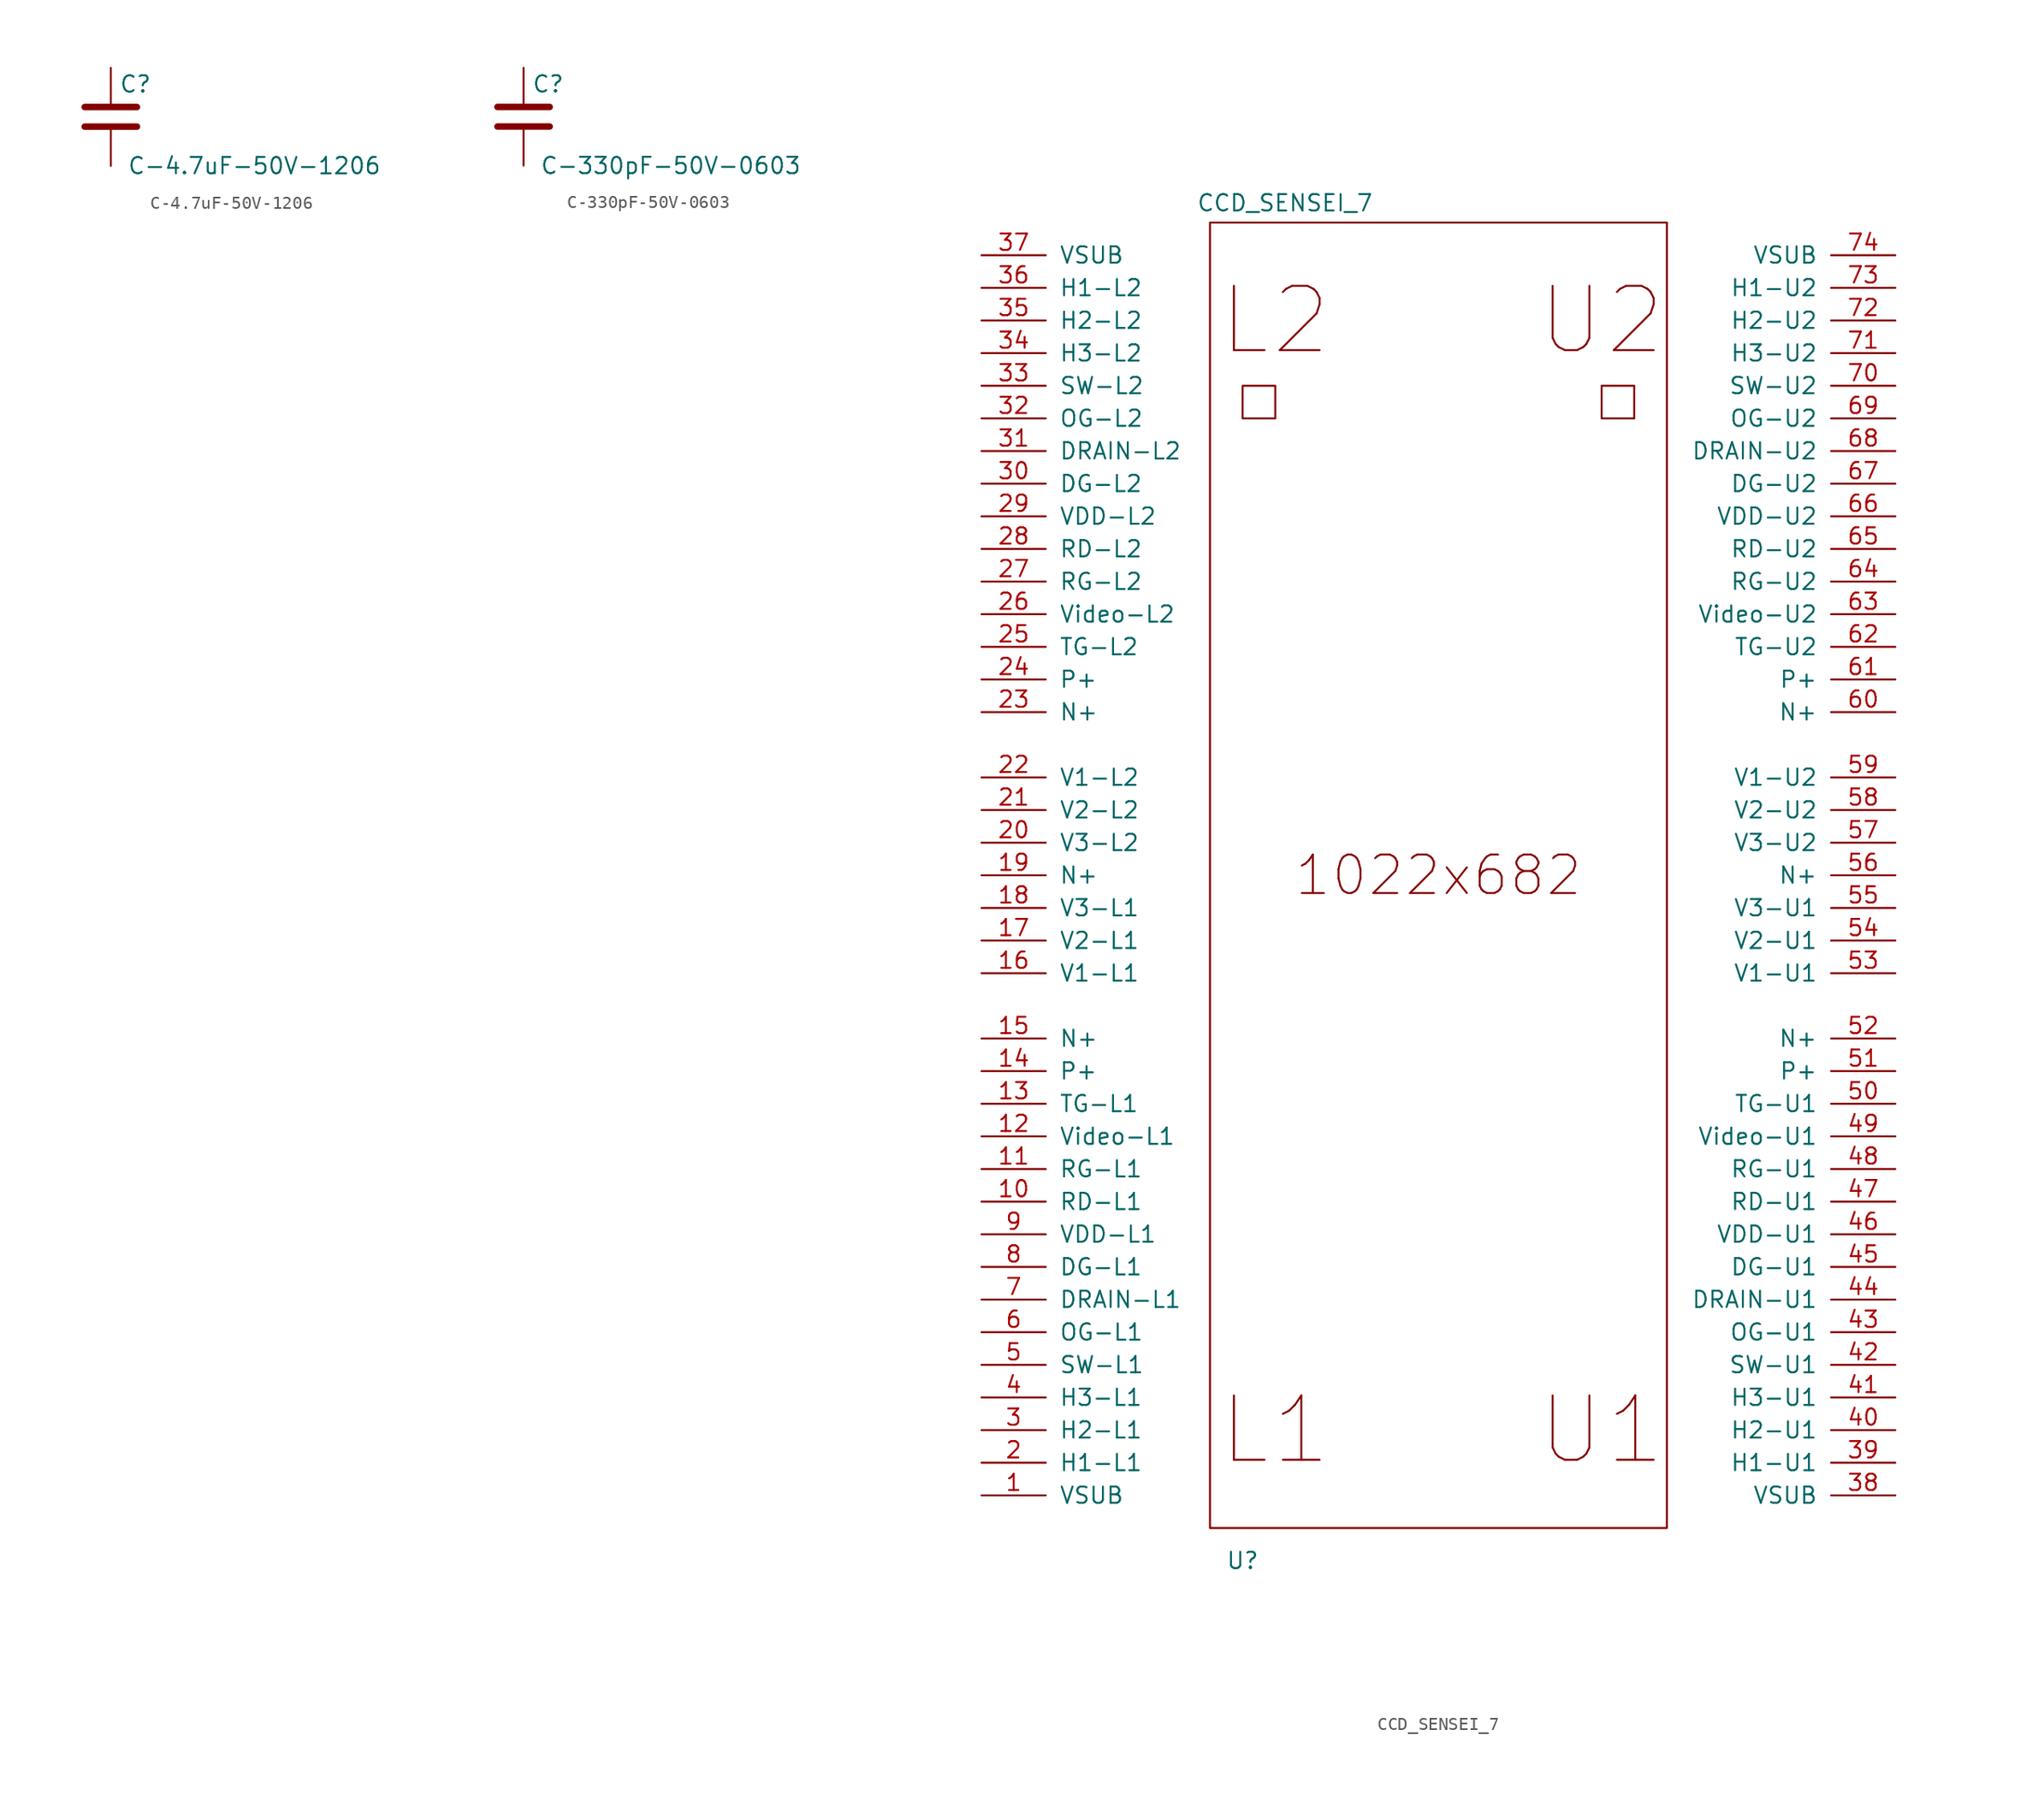
<source format=kicad_sym>
(kicad_symbol_lib
  (version 20211014)
  (generator kicad_symbol_editor)
  (symbol "C-4.7uF-50V-1206"
    (pin_numbers hide)
    (pin_names
      (offset 0.254))
    (property "Reference" "C"
      (at 0.635 2.54 0)
      (effects (font (size 1.27 1.27)) (justify left)))
    (property "Value" "C-4.7uF-50V-1206"
      (at 1.27 -3.81 0)
      (effects (font (size 1.27 1.27)) (justify left)))
    (symbol "C-4.7uF-50V-1206_0_1"
      (polyline (pts (xy -2.032 -0.762) (xy 2.032 -0.762)) (stroke (width 0.508) (type default) (color 0 0 0 0)) (fill (type none)))
      (polyline (pts (xy -2.032 0.762) (xy 2.032 0.762)) (stroke (width 0.508) (type default) (color 0 0 0 0)) (fill (type none))))
    (symbol "C-4.7uF-50V-1206_1_1"
      (pin passive line (at 0 3.81 270) (length 2.794) (name "~" (effects (font (size 1.27 1.27)))) (number "1" (effects (font (size 1.27 1.27)))))
      (pin passive line (at 0 -3.81 90) (length 2.794) (name "~" (effects (font (size 1.27 1.27)))) (number "2" (effects (font (size 1.27 1.27)))))))
  (symbol "C-330pF-50V-0603"
    (pin_numbers hide)
    (pin_names
      (offset 0.254))
    (property "Reference" "C"
      (at 0.635 2.54 0)
      (effects (font (size 1.27 1.27)) (justify left)))
    (property "Value" "C-330pF-50V-0603"
      (at 1.27 -3.81 0)
      (effects (font (size 1.27 1.27)) (justify left)))
    (symbol "C-330pF-50V-0603_0_1"
      (polyline (pts (xy -2.032 -0.762) (xy 2.032 -0.762)) (stroke (width 0.508) (type default) (color 0 0 0 0)) (fill (type none)))
      (polyline (pts (xy -2.032 0.762) (xy 2.032 0.762)) (stroke (width 0.508) (type default) (color 0 0 0 0)) (fill (type none))))
    (symbol "C-330pF-50V-0603_1_1"
      (pin passive line (at 0 3.81 270) (length 2.794) (name "~" (effects (font (size 1.27 1.27)))) (number "1" (effects (font (size 1.27 1.27)))))
      (pin passive line (at 0 -3.81 90) (length 2.794) (name "~" (effects (font (size 1.27 1.27)))) (number "2" (effects (font (size 1.27 1.27)))))))
  (symbol "CCD_SENSEI_7"
    (pin_names
      (offset 1.016))
    (property "Reference" "U"
      (at -15.24 -53.34 0)
      (effects (font (size 1.27 1.27))))
    (property "Value" "CCD_SENSEI_7"
      (at -11.938 52.324 0)
      (effects (font (size 1.27 1.27))))
    (symbol "CCD_SENSEI_7_0_0"
      (text "1022x682" (at 0 0 0) (effects (font (size 2.997 2.997))))
      (text "L1" (at -12.7 -43.18 0) (effects (font (size 5.004 5.004))))
      (text "L2" (at -12.7 43.18 0) (effects (font (size 5.004 5.004))))
      (text "U1" (at 12.7 -43.18 0) (effects (font (size 5.004 5.004))))
      (text "U2" (at 12.7 43.18 0) (effects (font (size 5.004 5.004)))))
    (symbol "CCD_SENSEI_7_0_1"
      (rectangle (start -17.78 50.8) (end 17.78 -50.8) (stroke (width 0) (type default) (color 0 0 0 0)) (fill (type none)))
      (rectangle (start -15.24 38.1) (end -12.7 35.56) (stroke (width 0) (type default) (color 0 0 0 0)) (fill (type none)))
      (rectangle (start 12.7 38.1) (end 15.24 35.56) (stroke (width 0) (type default) (color 0 0 0 0)) (fill (type none))))
    (symbol "CCD_SENSEI_7_1_1"
      (pin input line (at -35.56 -48.26 0) (length 5.004) (name "VSUB" (effects (font (size 1.27 1.27)))) (number "1" (effects (font (size 1.27 1.27)))))
      (pin input line (at -35.56 -25.4 0) (length 5.004) (name "RD-L1" (effects (font (size 1.27 1.27)))) (number "10" (effects (font (size 1.27 1.27)))))
      (pin input line (at -35.56 -22.86 0) (length 5.004) (name "RG-L1" (effects (font (size 1.27 1.27)))) (number "11" (effects (font (size 1.27 1.27)))))
      (pin input line (at -35.56 -20.32 0) (length 5.004) (name "Video-L1" (effects (font (size 1.27 1.27)))) (number "12" (effects (font (size 1.27 1.27)))))
      (pin input line (at -35.56 -17.78 0) (length 5.004) (name "TG-L1" (effects (font (size 1.27 1.27)))) (number "13" (effects (font (size 1.27 1.27)))))
      (pin input line (at -35.56 -15.24 0) (length 5.004) (name "P+" (effects (font (size 1.27 1.27)))) (number "14" (effects (font (size 1.27 1.27)))))
      (pin input line (at -35.56 -12.7 0) (length 5.004) (name "N+" (effects (font (size 1.27 1.27)))) (number "15" (effects (font (size 1.27 1.27)))))
      (pin input line (at -35.56 -7.62 0) (length 5.004) (name "V1-L1" (effects (font (size 1.27 1.27)))) (number "16" (effects (font (size 1.27 1.27)))))
      (pin input line (at -35.56 -5.08 0) (length 5.004) (name "V2-L1" (effects (font (size 1.27 1.27)))) (number "17" (effects (font (size 1.27 1.27)))))
      (pin input line (at -35.56 -2.54 0) (length 5.004) (name "V3-L1" (effects (font (size 1.27 1.27)))) (number "18" (effects (font (size 1.27 1.27)))))
      (pin input line (at -35.56 0 0) (length 5.004) (name "N+" (effects (font (size 1.27 1.27)))) (number "19" (effects (font (size 1.27 1.27)))))
      (pin input line (at -35.56 -45.72 0) (length 5.004) (name "H1-L1" (effects (font (size 1.27 1.27)))) (number "2" (effects (font (size 1.27 1.27)))))
      (pin input line (at -35.56 2.54 0) (length 5.004) (name "V3-L2" (effects (font (size 1.27 1.27)))) (number "20" (effects (font (size 1.27 1.27)))))
      (pin input line (at -35.56 5.08 0) (length 5.004) (name "V2-L2" (effects (font (size 1.27 1.27)))) (number "21" (effects (font (size 1.27 1.27)))))
      (pin input line (at -35.56 7.62 0) (length 5.004) (name "V1-L2" (effects (font (size 1.27 1.27)))) (number "22" (effects (font (size 1.27 1.27)))))
      (pin input line (at -35.56 12.7 0) (length 5.004) (name "N+" (effects (font (size 1.27 1.27)))) (number "23" (effects (font (size 1.27 1.27)))))
      (pin input line (at -35.56 15.24 0) (length 5.004) (name "P+" (effects (font (size 1.27 1.27)))) (number "24" (effects (font (size 1.27 1.27)))))
      (pin input line (at -35.56 17.78 0) (length 5.004) (name "TG-L2" (effects (font (size 1.27 1.27)))) (number "25" (effects (font (size 1.27 1.27)))))
      (pin input line (at -35.56 20.32 0) (length 5.004) (name "Video-L2" (effects (font (size 1.27 1.27)))) (number "26" (effects (font (size 1.27 1.27)))))
      (pin input line (at -35.56 22.86 0) (length 5.004) (name "RG-L2" (effects (font (size 1.27 1.27)))) (number "27" (effects (font (size 1.27 1.27)))))
      (pin input line (at -35.56 25.4 0) (length 5.004) (name "RD-L2" (effects (font (size 1.27 1.27)))) (number "28" (effects (font (size 1.27 1.27)))))
      (pin input line (at -35.56 27.94 0) (length 5.004) (name "VDD-L2" (effects (font (size 1.27 1.27)))) (number "29" (effects (font (size 1.27 1.27)))))
      (pin input line (at -35.56 -43.18 0) (length 5.004) (name "H2-L1" (effects (font (size 1.27 1.27)))) (number "3" (effects (font (size 1.27 1.27)))))
      (pin input line (at -35.56 30.48 0) (length 5.004) (name "DG-L2" (effects (font (size 1.27 1.27)))) (number "30" (effects (font (size 1.27 1.27)))))
      (pin input line (at -35.56 33.02 0) (length 5.004) (name "DRAIN-L2" (effects (font (size 1.27 1.27)))) (number "31" (effects (font (size 1.27 1.27)))))
      (pin input line (at -35.56 35.56 0) (length 5.004) (name "OG-L2" (effects (font (size 1.27 1.27)))) (number "32" (effects (font (size 1.27 1.27)))))
      (pin input line (at -35.56 38.1 0) (length 5.004) (name "SW-L2" (effects (font (size 1.27 1.27)))) (number "33" (effects (font (size 1.27 1.27)))))
      (pin input line (at -35.56 40.64 0) (length 5.004) (name "H3-L2" (effects (font (size 1.27 1.27)))) (number "34" (effects (font (size 1.27 1.27)))))
      (pin input line (at -35.56 43.18 0) (length 5.004) (name "H2-L2" (effects (font (size 1.27 1.27)))) (number "35" (effects (font (size 1.27 1.27)))))
      (pin input line (at -35.56 45.72 0) (length 5.004) (name "H1-L2" (effects (font (size 1.27 1.27)))) (number "36" (effects (font (size 1.27 1.27)))))
      (pin input line (at -35.56 48.26 0) (length 5.004) (name "VSUB" (effects (font (size 1.27 1.27)))) (number "37" (effects (font (size 1.27 1.27)))))
      (pin input line (at 35.56 -48.26 180) (length 5.004) (name "VSUB" (effects (font (size 1.27 1.27)))) (number "38" (effects (font (size 1.27 1.27)))))
      (pin input line (at 35.56 -45.72 180) (length 5.004) (name "H1-U1" (effects (font (size 1.27 1.27)))) (number "39" (effects (font (size 1.27 1.27)))))
      (pin input line (at -35.56 -40.64 0) (length 5.004) (name "H3-L1" (effects (font (size 1.27 1.27)))) (number "4" (effects (font (size 1.27 1.27)))))
      (pin input line (at 35.56 -43.18 180) (length 5.004) (name "H2-U1" (effects (font (size 1.27 1.27)))) (number "40" (effects (font (size 1.27 1.27)))))
      (pin input line (at 35.56 -40.64 180) (length 5.004) (name "H3-U1" (effects (font (size 1.27 1.27)))) (number "41" (effects (font (size 1.27 1.27)))))
      (pin input line (at 35.56 -38.1 180) (length 5.004) (name "SW-U1" (effects (font (size 1.27 1.27)))) (number "42" (effects (font (size 1.27 1.27)))))
      (pin input line (at 35.56 -35.56 180) (length 5.004) (name "OG-U1" (effects (font (size 1.27 1.27)))) (number "43" (effects (font (size 1.27 1.27)))))
      (pin input line (at 35.56 -33.02 180) (length 5.004) (name "DRAIN-U1" (effects (font (size 1.27 1.27)))) (number "44" (effects (font (size 1.27 1.27)))))
      (pin input line (at 35.56 -30.48 180) (length 5.004) (name "DG-U1" (effects (font (size 1.27 1.27)))) (number "45" (effects (font (size 1.27 1.27)))))
      (pin input line (at 35.56 -27.94 180) (length 5.004) (name "VDD-U1" (effects (font (size 1.27 1.27)))) (number "46" (effects (font (size 1.27 1.27)))))
      (pin input line (at 35.56 -25.4 180) (length 5.004) (name "RD-U1" (effects (font (size 1.27 1.27)))) (number "47" (effects (font (size 1.27 1.27)))))
      (pin input line (at 35.56 -22.86 180) (length 5.004) (name "RG-U1" (effects (font (size 1.27 1.27)))) (number "48" (effects (font (size 1.27 1.27)))))
      (pin input line (at 35.56 -20.32 180) (length 5.004) (name "Video-U1" (effects (font (size 1.27 1.27)))) (number "49" (effects (font (size 1.27 1.27)))))
      (pin input line (at -35.56 -38.1 0) (length 5.004) (name "SW-L1" (effects (font (size 1.27 1.27)))) (number "5" (effects (font (size 1.27 1.27)))))
      (pin input line (at 35.56 -17.78 180) (length 5.004) (name "TG-U1" (effects (font (size 1.27 1.27)))) (number "50" (effects (font (size 1.27 1.27)))))
      (pin input line (at 35.56 -15.24 180) (length 5.004) (name "P+" (effects (font (size 1.27 1.27)))) (number "51" (effects (font (size 1.27 1.27)))))
      (pin input line (at 35.56 -12.7 180) (length 5.004) (name "N+" (effects (font (size 1.27 1.27)))) (number "52" (effects (font (size 1.27 1.27)))))
      (pin input line (at 35.56 -7.62 180) (length 5.004) (name "V1-U1" (effects (font (size 1.27 1.27)))) (number "53" (effects (font (size 1.27 1.27)))))
      (pin input line (at 35.56 -5.08 180) (length 5.004) (name "V2-U1" (effects (font (size 1.27 1.27)))) (number "54" (effects (font (size 1.27 1.27)))))
      (pin input line (at 35.56 -2.54 180) (length 5.004) (name "V3-U1" (effects (font (size 1.27 1.27)))) (number "55" (effects (font (size 1.27 1.27)))))
      (pin input line (at 35.56 0 180) (length 5.004) (name "N+" (effects (font (size 1.27 1.27)))) (number "56" (effects (font (size 1.27 1.27)))))
      (pin input line (at 35.56 2.54 180) (length 5.004) (name "V3-U2" (effects (font (size 1.27 1.27)))) (number "57" (effects (font (size 1.27 1.27)))))
      (pin input line (at 35.56 5.08 180) (length 5.004) (name "V2-U2" (effects (font (size 1.27 1.27)))) (number "58" (effects (font (size 1.27 1.27)))))
      (pin input line (at 35.56 7.62 180) (length 5.004) (name "V1-U2" (effects (font (size 1.27 1.27)))) (number "59" (effects (font (size 1.27 1.27)))))
      (pin input line (at -35.56 -35.56 0) (length 5.004) (name "OG-L1" (effects (font (size 1.27 1.27)))) (number "6" (effects (font (size 1.27 1.27)))))
      (pin input line (at 35.56 12.7 180) (length 5.004) (name "N+" (effects (font (size 1.27 1.27)))) (number "60" (effects (font (size 1.27 1.27)))))
      (pin input line (at 35.56 15.24 180) (length 5.004) (name "P+" (effects (font (size 1.27 1.27)))) (number "61" (effects (font (size 1.27 1.27)))))
      (pin input line (at 35.56 17.78 180) (length 5.004) (name "TG-U2" (effects (font (size 1.27 1.27)))) (number "62" (effects (font (size 1.27 1.27)))))
      (pin input line (at 35.56 20.32 180) (length 5.004) (name "Video-U2" (effects (font (size 1.27 1.27)))) (number "63" (effects (font (size 1.27 1.27)))))
      (pin input line (at 35.56 22.86 180) (length 5.004) (name "RG-U2" (effects (font (size 1.27 1.27)))) (number "64" (effects (font (size 1.27 1.27)))))
      (pin input line (at 35.56 25.4 180) (length 5.004) (name "RD-U2" (effects (font (size 1.27 1.27)))) (number "65" (effects (font (size 1.27 1.27)))))
      (pin input line (at 35.56 27.94 180) (length 5.004) (name "VDD-U2" (effects (font (size 1.27 1.27)))) (number "66" (effects (font (size 1.27 1.27)))))
      (pin input line (at 35.56 30.48 180) (length 5.004) (name "DG-U2" (effects (font (size 1.27 1.27)))) (number "67" (effects (font (size 1.27 1.27)))))
      (pin input line (at 35.56 33.02 180) (length 5.004) (name "DRAIN-U2" (effects (font (size 1.27 1.27)))) (number "68" (effects (font (size 1.27 1.27)))))
      (pin input line (at 35.56 35.56 180) (length 5.004) (name "OG-U2" (effects (font (size 1.27 1.27)))) (number "69" (effects (font (size 1.27 1.27)))))
      (pin input line (at -35.56 -33.02 0) (length 5.004) (name "DRAIN-L1" (effects (font (size 1.27 1.27)))) (number "7" (effects (font (size 1.27 1.27)))))
      (pin input line (at 35.56 38.1 180) (length 5.004) (name "SW-U2" (effects (font (size 1.27 1.27)))) (number "70" (effects (font (size 1.27 1.27)))))
      (pin input line (at 35.56 40.64 180) (length 5.004) (name "H3-U2" (effects (font (size 1.27 1.27)))) (number "71" (effects (font (size 1.27 1.27)))))
      (pin input line (at 35.56 43.18 180) (length 5.004) (name "H2-U2" (effects (font (size 1.27 1.27)))) (number "72" (effects (font (size 1.27 1.27)))))
      (pin input line (at 35.56 45.72 180) (length 5.004) (name "H1-U2" (effects (font (size 1.27 1.27)))) (number "73" (effects (font (size 1.27 1.27)))))
      (pin input line (at 35.56 48.26 180) (length 5.004) (name "VSUB" (effects (font (size 1.27 1.27)))) (number "74" (effects (font (size 1.27 1.27)))))
      (pin input line (at -35.56 -30.48 0) (length 5.004) (name "DG-L1" (effects (font (size 1.27 1.27)))) (number "8" (effects (font (size 1.27 1.27)))))
      (pin input line (at -35.56 -27.94 0) (length 5.004) (name "VDD-L1" (effects (font (size 1.27 1.27)))) (number "9" (effects (font (size 1.27 1.27))))))))
</source>
